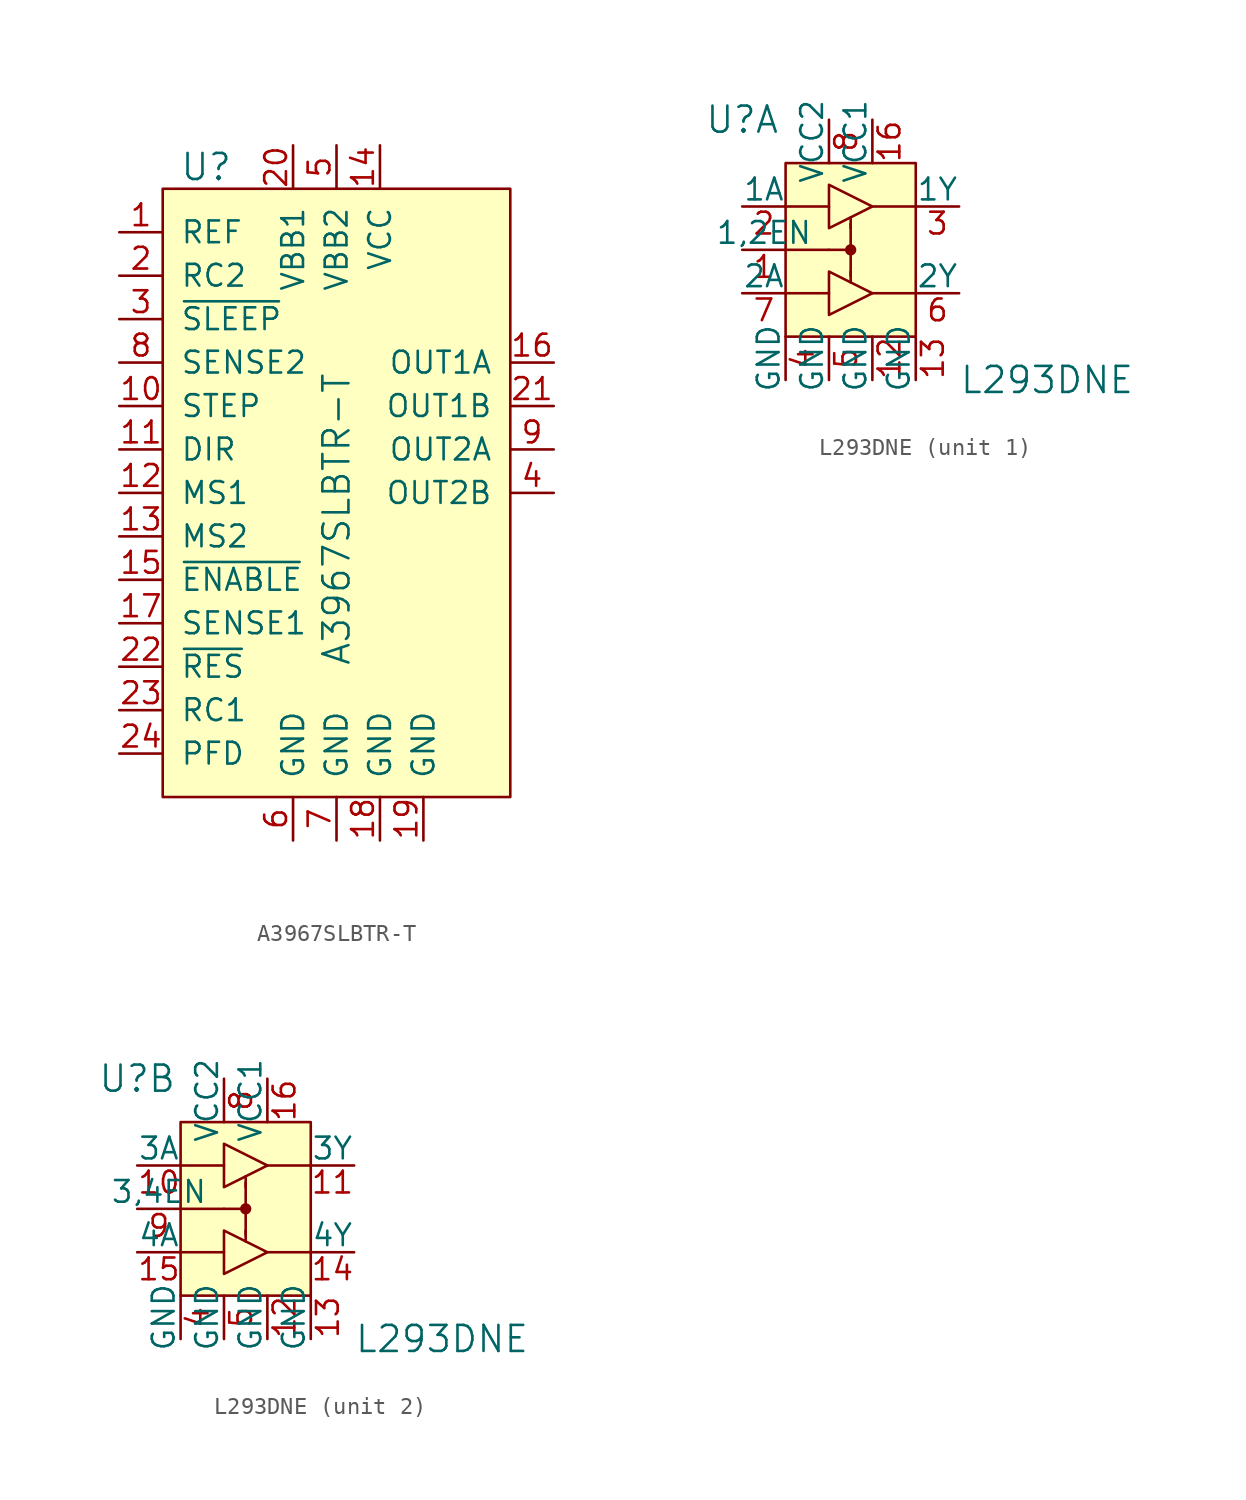
<source format=kicad_sym>
(kicad_symbol_lib
  (version 20211014)
  (generator kicad_symbol_editor)
  (symbol "A3967SLBTR-T"
    (pin_names
      (offset 1.016))
    (property "Reference" "U"
      (at -7.62 19.05 0)
      (effects (font (size 1.524 1.524))))
    (property "Value" "A3967SLBTR-T"
      (at 0 -10.16 90)
      (effects (font (size 1.524 1.524)) (justify left)))
    (symbol "A3967SLBTR-T_0_1"
      (rectangle (start -10.16 17.78) (end 10.16 -17.78) (stroke (width 0) (type default) (color 0 0 0 0)) (fill (type background))))
    (symbol "A3967SLBTR-T_1_1"
      (pin input line (at -12.7 15.24 0) (length 2.54) (name "REF" (effects (font (size 1.27 1.27)))) (number "1" (effects (font (size 1.27 1.27)))))
      (pin input line (at -12.7 5.08 0) (length 2.54) (name "STEP" (effects (font (size 1.27 1.27)))) (number "10" (effects (font (size 1.27 1.27)))))
      (pin input line (at -12.7 2.54 0) (length 2.54) (name "DIR" (effects (font (size 1.27 1.27)))) (number "11" (effects (font (size 1.27 1.27)))))
      (pin input line (at -12.7 0 0) (length 2.54) (name "MS1" (effects (font (size 1.27 1.27)))) (number "12" (effects (font (size 1.27 1.27)))))
      (pin input line (at -12.7 -2.54 0) (length 2.54) (name "MS2" (effects (font (size 1.27 1.27)))) (number "13" (effects (font (size 1.27 1.27)))))
      (pin power_in line (at 2.54 20.32 270) (length 2.54) (name "VCC" (effects (font (size 1.27 1.27)))) (number "14" (effects (font (size 1.27 1.27)))))
      (pin input line (at -12.7 -5.08 0) (length 2.54) (name "~{ENABLE}" (effects (font (size 1.27 1.27)))) (number "15" (effects (font (size 1.27 1.27)))))
      (pin output line (at 12.7 7.62 180) (length 2.54) (name "OUT1A" (effects (font (size 1.27 1.27)))) (number "16" (effects (font (size 1.27 1.27)))))
      (pin input line (at -12.7 -7.62 0) (length 2.54) (name "SENSE1" (effects (font (size 1.27 1.27)))) (number "17" (effects (font (size 1.27 1.27)))))
      (pin power_in line (at 2.54 -20.32 90) (length 2.54) (name "GND" (effects (font (size 1.27 1.27)))) (number "18" (effects (font (size 1.27 1.27)))))
      (pin power_in line (at 5.08 -20.32 90) (length 2.54) (name "GND" (effects (font (size 1.27 1.27)))) (number "19" (effects (font (size 1.27 1.27)))))
      (pin input line (at -12.7 12.7 0) (length 2.54) (name "RC2" (effects (font (size 1.27 1.27)))) (number "2" (effects (font (size 1.27 1.27)))))
      (pin power_in line (at -2.54 20.32 270) (length 2.54) (name "VBB1" (effects (font (size 1.27 1.27)))) (number "20" (effects (font (size 1.27 1.27)))))
      (pin output line (at 12.7 5.08 180) (length 2.54) (name "OUT1B" (effects (font (size 1.27 1.27)))) (number "21" (effects (font (size 1.27 1.27)))))
      (pin input line (at -12.7 -10.16 0) (length 2.54) (name "~{RES}" (effects (font (size 1.27 1.27)))) (number "22" (effects (font (size 1.27 1.27)))))
      (pin input line (at -12.7 -12.7 0) (length 2.54) (name "RC1" (effects (font (size 1.27 1.27)))) (number "23" (effects (font (size 1.27 1.27)))))
      (pin input line (at -12.7 -15.24 0) (length 2.54) (name "PFD" (effects (font (size 1.27 1.27)))) (number "24" (effects (font (size 1.27 1.27)))))
      (pin input line (at -12.7 10.16 0) (length 2.54) (name "~{SLEEP}" (effects (font (size 1.27 1.27)))) (number "3" (effects (font (size 1.27 1.27)))))
      (pin output line (at 12.7 0 180) (length 2.54) (name "OUT2B" (effects (font (size 1.27 1.27)))) (number "4" (effects (font (size 1.27 1.27)))))
      (pin power_in line (at 0 20.32 270) (length 2.54) (name "VBB2" (effects (font (size 1.27 1.27)))) (number "5" (effects (font (size 1.27 1.27)))))
      (pin power_in line (at -2.54 -20.32 90) (length 2.54) (name "GND" (effects (font (size 1.27 1.27)))) (number "6" (effects (font (size 1.27 1.27)))))
      (pin power_in line (at 0 -20.32 90) (length 2.54) (name "GND" (effects (font (size 1.27 1.27)))) (number "7" (effects (font (size 1.27 1.27)))))
      (pin input line (at -12.7 7.62 0) (length 2.54) (name "SENSE2" (effects (font (size 1.27 1.27)))) (number "8" (effects (font (size 1.27 1.27)))))
      (pin output line (at 12.7 2.54 180) (length 2.54) (name "OUT2A" (effects (font (size 1.27 1.27)))) (number "9" (effects (font (size 1.27 1.27)))))))
  (symbol "L293DNE"
    (pin_names
      (offset 0))
    (property "Reference" "U"
      (at -5.08 7.62 0)
      (effects (font (size 1.524 1.524))))
    (property "Value" "L293DNE"
      (at 7.62 -7.62 0)
      (effects (font (size 1.524 1.524)) (justify left)))
    (property "ki_locked" ""
      (at 0 0 0)
      (effects (font (size 1.27 1.27))))
    (symbol "L293DNE_0_1"
      (polyline (pts (xy -2.54 0) (xy 0 0)) (stroke (width 0) (type default) (color 0 0 0 0)) (fill (type none)))
      (polyline (pts (xy -2.54 2.54) (xy 0 2.54)) (stroke (width 0) (type default) (color 0 0 0 0)) (fill (type none)))
      (polyline (pts (xy 0 -2.54) (xy -2.54 -2.54)) (stroke (width 0) (type default) (color 0 0 0 0)) (fill (type none)))
      (polyline (pts (xy 1.016 0) (xy 0 0)) (stroke (width 0) (type default) (color 0 0 0 0)) (fill (type none)))
      (polyline (pts (xy 1.27 -1.905) (xy 1.27 -1.27)) (stroke (width 0) (type default) (color 0 0 0 0)) (fill (type none)))
      (polyline (pts (xy 1.27 -0.254) (xy 1.27 -1.524)) (stroke (width 0) (type default) (color 0 0 0 0)) (fill (type none)))
      (polyline (pts (xy 1.27 0.254) (xy 1.27 1.524)) (stroke (width 0) (type default) (color 0 0 0 0)) (fill (type none)))
      (polyline (pts (xy 1.27 1.905) (xy 1.27 1.27)) (stroke (width 0) (type default) (color 0 0 0 0)) (fill (type none)))
      (polyline (pts (xy 2.54 -2.54) (xy 5.08 -2.54)) (stroke (width 0) (type default) (color 0 0 0 0)) (fill (type none)))
      (polyline (pts (xy 5.08 2.54) (xy 2.54 2.54)) (stroke (width 0) (type default) (color 0 0 0 0)) (fill (type none)))
      (polyline (pts (xy 0 -1.27) (xy 0 -3.81) (xy 2.54 -2.54) (xy 0 -1.27)) (stroke (width 0) (type default) (color 0 0 0 0)) (fill (type none)))
      (polyline (pts (xy 0 3.81) (xy 0 1.27) (xy 2.54 2.54) (xy 0 3.81)) (stroke (width 0) (type default) (color 0 0 0 0)) (fill (type none)))
      (circle (center 1.27 0) (radius 0.254) (stroke (width 0) (type default) (color 0 0 0 0)) (fill (type outline)))
      (rectangle (start 5.08 -5.08) (end -2.54 5.08) (stroke (width 0) (type default) (color 0 0 0 0)) (fill (type background))))
    (symbol "L293DNE_1_1"
      (pin input line (at -5.08 0 0) (length 2.54) (name "1,2EN" (effects (font (size 1.27 1.27)))) (number "1" (effects (font (size 1.27 1.27)))))
      (pin power_in line (at 2.54 -7.62 90) (length 2.54) (name "GND" (effects (font (size 1.27 1.27)))) (number "12" (effects (font (size 1.27 1.27)))))
      (pin power_in line (at 5.08 -7.62 90) (length 2.54) (name "GND" (effects (font (size 1.27 1.27)))) (number "13" (effects (font (size 1.27 1.27)))))
      (pin power_in line (at 2.54 7.62 270) (length 2.54) (name "VCC1" (effects (font (size 1.27 1.27)))) (number "16" (effects (font (size 1.27 1.27)))))
      (pin input line (at -5.08 2.54 0) (length 2.54) (name "1A" (effects (font (size 1.27 1.27)))) (number "2" (effects (font (size 1.27 1.27)))))
      (pin output line (at 7.62 2.54 180) (length 2.54) (name "1Y" (effects (font (size 1.27 1.27)))) (number "3" (effects (font (size 1.27 1.27)))))
      (pin power_in line (at -2.54 -7.62 90) (length 2.54) (name "GND" (effects (font (size 1.27 1.27)))) (number "4" (effects (font (size 1.27 1.27)))))
      (pin power_in line (at 0 -7.62 90) (length 2.54) (name "GND" (effects (font (size 1.27 1.27)))) (number "5" (effects (font (size 1.27 1.27)))))
      (pin output line (at 7.62 -2.54 180) (length 2.54) (name "2Y" (effects (font (size 1.27 1.27)))) (number "6" (effects (font (size 1.27 1.27)))))
      (pin input line (at -5.08 -2.54 0) (length 2.54) (name "2A" (effects (font (size 1.27 1.27)))) (number "7" (effects (font (size 1.27 1.27)))))
      (pin power_in line (at 0 7.62 270) (length 2.54) (name "VCC2" (effects (font (size 1.27 1.27)))) (number "8" (effects (font (size 1.27 1.27))))))
    (symbol "L293DNE_2_1"
      (pin input line (at -5.08 2.54 0) (length 2.54) (name "3A" (effects (font (size 1.27 1.27)))) (number "10" (effects (font (size 1.27 1.27)))))
      (pin output line (at 7.62 2.54 180) (length 2.54) (name "3Y" (effects (font (size 1.27 1.27)))) (number "11" (effects (font (size 1.27 1.27)))))
      (pin power_in line (at 2.54 -7.62 90) (length 2.54) (name "GND" (effects (font (size 1.27 1.27)))) (number "12" (effects (font (size 1.27 1.27)))))
      (pin power_in line (at 5.08 -7.62 90) (length 2.54) (name "GND" (effects (font (size 1.27 1.27)))) (number "13" (effects (font (size 1.27 1.27)))))
      (pin output line (at 7.62 -2.54 180) (length 2.54) (name "4Y" (effects (font (size 1.27 1.27)))) (number "14" (effects (font (size 1.27 1.27)))))
      (pin input line (at -5.08 -2.54 0) (length 2.54) (name "4A" (effects (font (size 1.27 1.27)))) (number "15" (effects (font (size 1.27 1.27)))))
      (pin power_in line (at 2.54 7.62 270) (length 2.54) (name "VCC1" (effects (font (size 1.27 1.27)))) (number "16" (effects (font (size 1.27 1.27)))))
      (pin power_in line (at -2.54 -7.62 90) (length 2.54) (name "GND" (effects (font (size 1.27 1.27)))) (number "4" (effects (font (size 1.27 1.27)))))
      (pin power_in line (at 0 -7.62 90) (length 2.54) (name "GND" (effects (font (size 1.27 1.27)))) (number "5" (effects (font (size 1.27 1.27)))))
      (pin power_in line (at 0 7.62 270) (length 2.54) (name "VCC2" (effects (font (size 1.27 1.27)))) (number "8" (effects (font (size 1.27 1.27)))))
      (pin input line (at -5.08 0 0) (length 2.54) (name "3,4EN" (effects (font (size 1.27 1.27)))) (number "9" (effects (font (size 1.27 1.27))))))))
</source>
